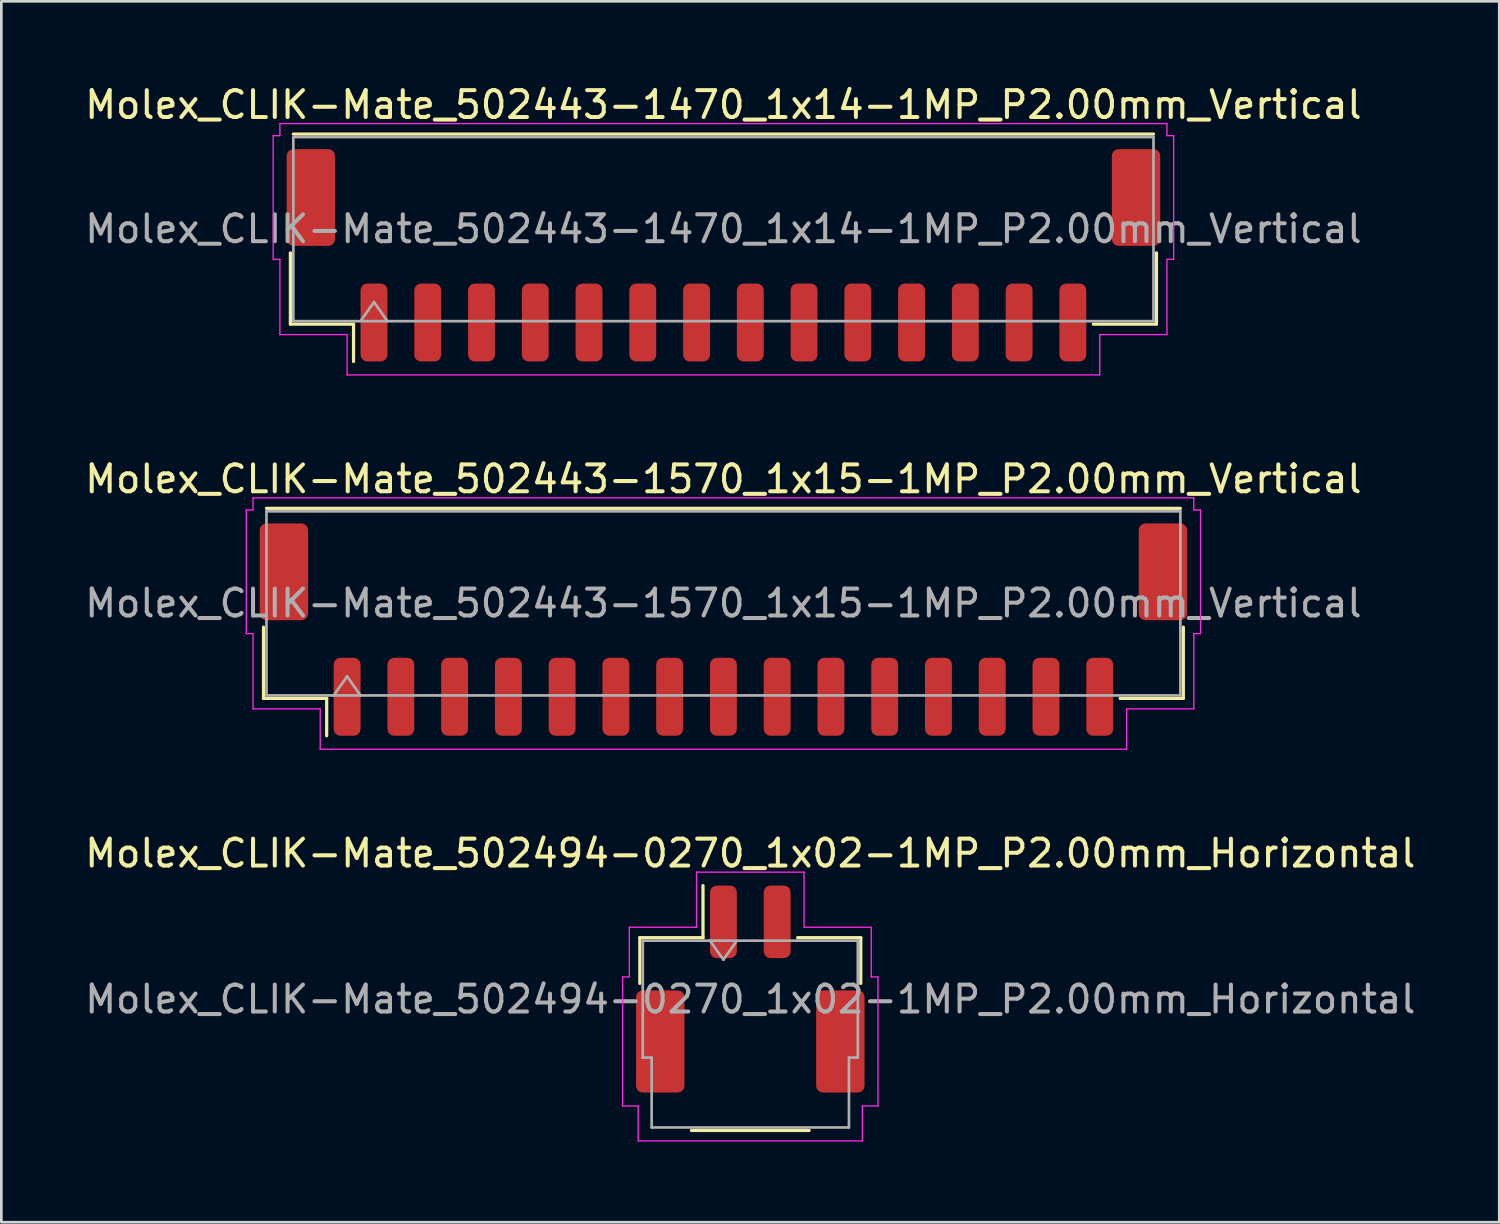
<source format=kicad_pcb>
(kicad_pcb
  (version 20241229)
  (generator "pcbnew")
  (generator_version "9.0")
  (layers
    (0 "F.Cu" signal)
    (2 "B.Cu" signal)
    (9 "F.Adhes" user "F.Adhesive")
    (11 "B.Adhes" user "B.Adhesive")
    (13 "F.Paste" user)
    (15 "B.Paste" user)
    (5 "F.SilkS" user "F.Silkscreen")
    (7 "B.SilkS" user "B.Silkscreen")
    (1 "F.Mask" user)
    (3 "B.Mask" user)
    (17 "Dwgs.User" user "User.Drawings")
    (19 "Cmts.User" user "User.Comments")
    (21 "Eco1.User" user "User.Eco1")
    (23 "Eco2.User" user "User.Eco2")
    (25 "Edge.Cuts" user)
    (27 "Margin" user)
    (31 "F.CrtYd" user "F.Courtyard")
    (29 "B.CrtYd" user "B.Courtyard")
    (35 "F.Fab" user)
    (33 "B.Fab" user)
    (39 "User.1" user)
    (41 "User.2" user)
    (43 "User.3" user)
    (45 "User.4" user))
  (footprint "Molex_CLIK-Mate_502443-1570_1x15-1MP_P2.00mm_Vertical"
    (layer "F.Cu")
    (at 23.863 20.372)
    (property "Reference" "Molex_CLIK-Mate_502443-1570_1x15-1MP_P2.00mm_Vertical" (at 0 -5.6 0) (layer "F.SilkS") (effects (font (size 1 1) (thickness 0.15))))
    (attr smd)
    (fp_line (start -17.11 -0.09) (end -17.11 2.56) (stroke (width 0.12) (type solid)) (layer "F.SilkS"))
    (fp_line (start -17.11 2.56) (end -14.76 2.56) (stroke (width 0.12) (type solid)) (layer "F.SilkS"))
    (fp_line (start -17 -4.51) (end 17 -4.51) (stroke (width 0.12) (type solid)) (layer "F.SilkS"))
    (fp_line (start -14.76 2.56) (end -14.76 3.95) (stroke (width 0.12) (type solid)) (layer "F.SilkS"))
    (fp_line (start 17.11 -0.09) (end 17.11 2.56) (stroke (width 0.12) (type solid)) (layer "F.SilkS"))
    (fp_line (start 17.11 2.56) (end 14.76 2.56) (stroke (width 0.12) (type solid)) (layer "F.SilkS"))
    (fp_line (start -17.75 -4.45) (end -17.5 -4.45) (stroke (width 0.05) (type solid)) (layer "F.CrtYd"))
    (fp_line (start -17.75 0.15) (end -17.75 -4.45) (stroke (width 0.05) (type solid)) (layer "F.CrtYd"))
    (fp_line (start -17.5 -4.9) (end 17.5 -4.9) (stroke (width 0.05) (type solid)) (layer "F.CrtYd"))
    (fp_line (start -17.5 -4.45) (end -17.5 -4.9) (stroke (width 0.05) (type solid)) (layer "F.CrtYd"))
    (fp_line (start -17.5 0.15) (end -17.75 0.15) (stroke (width 0.05) (type solid)) (layer "F.CrtYd"))
    (fp_line (start -17.5 2.95) (end -17.5 0.15) (stroke (width 0.05) (type solid)) (layer "F.CrtYd"))
    (fp_line (start -15 2.95) (end -17.5 2.95) (stroke (width 0.05) (type solid)) (layer "F.CrtYd"))
    (fp_line (start -15 4.45) (end -15 2.95) (stroke (width 0.05) (type solid)) (layer "F.CrtYd"))
    (fp_line (start 15 2.95) (end 15 4.45) (stroke (width 0.05) (type solid)) (layer "F.CrtYd"))
    (fp_line (start 15 4.45) (end -15 4.45) (stroke (width 0.05) (type solid)) (layer "F.CrtYd"))
    (fp_line (start 17.5 -4.9) (end 17.5 -4.45) (stroke (width 0.05) (type solid)) (layer "F.CrtYd"))
    (fp_line (start 17.5 -4.45) (end 17.75 -4.45) (stroke (width 0.05) (type solid)) (layer "F.CrtYd"))
    (fp_line (start 17.5 0.15) (end 17.5 2.95) (stroke (width 0.05) (type solid)) (layer "F.CrtYd"))
    (fp_line (start 17.5 2.95) (end 15 2.95) (stroke (width 0.05) (type solid)) (layer "F.CrtYd"))
    (fp_line (start 17.75 -4.45) (end 17.75 0.15) (stroke (width 0.05) (type solid)) (layer "F.CrtYd"))
    (fp_line (start 17.75 0.15) (end 17.5 0.15) (stroke (width 0.05) (type solid)) (layer "F.CrtYd"))
    (fp_line (start -17 -4.4) (end 17 -4.4) (stroke (width 0.1) (type solid)) (layer "F.Fab"))
    (fp_line (start -17 2.45) (end -17 -4.4) (stroke (width 0.1) (type solid)) (layer "F.Fab"))
    (fp_line (start -17 2.45) (end 17 2.45) (stroke (width 0.1) (type solid)) (layer "F.Fab"))
    (fp_line (start -14.5 2.45) (end -14 1.743) (stroke (width 0.1) (type solid)) (layer "F.Fab"))
    (fp_line (start -14 1.743) (end -13.5 2.45) (stroke (width 0.1) (type solid)) (layer "F.Fab"))
    (fp_line (start 17 2.45) (end 17 -4.4) (stroke (width 0.1) (type solid)) (layer "F.Fab"))
    (fp_text user "${REFERENCE}" (at 0 -0.98 0) (layer "F.Fab") (effects (font (size 1 1) (thickness 0.15))))
    (pad "1" smd roundrect (at -14 2.5) (size 1 2.9) (layers "F.Cu" "F.Mask" "F.Paste") (roundrect_rratio 0.25))
    (pad "2" smd roundrect (at -12 2.5) (size 1 2.9) (layers "F.Cu" "F.Mask" "F.Paste") (roundrect_rratio 0.25))
    (pad "3" smd roundrect (at -10 2.5) (size 1 2.9) (layers "F.Cu" "F.Mask" "F.Paste") (roundrect_rratio 0.25))
    (pad "4" smd roundrect (at -8 2.5) (size 1 2.9) (layers "F.Cu" "F.Mask" "F.Paste") (roundrect_rratio 0.25))
    (pad "5" smd roundrect (at -6 2.5) (size 1 2.9) (layers "F.Cu" "F.Mask" "F.Paste") (roundrect_rratio 0.25))
    (pad "6" smd roundrect (at -4 2.5) (size 1 2.9) (layers "F.Cu" "F.Mask" "F.Paste") (roundrect_rratio 0.25))
    (pad "7" smd roundrect (at -2 2.5) (size 1 2.9) (layers "F.Cu" "F.Mask" "F.Paste") (roundrect_rratio 0.25))
    (pad "8" smd roundrect (at 0 2.5) (size 1 2.9) (layers "F.Cu" "F.Mask" "F.Paste") (roundrect_rratio 0.25))
    (pad "9" smd roundrect (at 2 2.5) (size 1 2.9) (layers "F.Cu" "F.Mask" "F.Paste") (roundrect_rratio 0.25))
    (pad "10" smd roundrect (at 4 2.5) (size 1 2.9) (layers "F.Cu" "F.Mask" "F.Paste") (roundrect_rratio 0.25))
    (pad "11" smd roundrect (at 6 2.5) (size 1 2.9) (layers "F.Cu" "F.Mask" "F.Paste") (roundrect_rratio 0.25))
    (pad "12" smd roundrect (at 8 2.5) (size 1 2.9) (layers "F.Cu" "F.Mask" "F.Paste") (roundrect_rratio 0.25))
    (pad "13" smd roundrect (at 10 2.5) (size 1 2.9) (layers "F.Cu" "F.Mask" "F.Paste") (roundrect_rratio 0.25))
    (pad "14" smd roundrect (at 12 2.5) (size 1 2.9) (layers "F.Cu" "F.Mask" "F.Paste") (roundrect_rratio 0.25))
    (pad "15" smd roundrect (at 14 2.5) (size 1 2.9) (layers "F.Cu" "F.Mask" "F.Paste") (roundrect_rratio 0.25))
    (pad "MP" smd roundrect (at -16.35 -2.15) (size 1.8 3.6) (layers "F.Cu" "F.Mask" "F.Paste") (roundrect_rratio 0.139))
    (pad "MP" smd roundrect (at 16.35 -2.15) (size 1.8 3.6) (layers "F.Cu" "F.Mask" "F.Paste") (roundrect_rratio 0.139)))
  (footprint "Molex_CLIK-Mate_502443-1470_1x14-1MP_P2.00mm_Vertical"
    (layer "F.Cu")
    (at 23.863 6.448)
    (property "Reference" "Molex_CLIK-Mate_502443-1470_1x14-1MP_P2.00mm_Vertical" (at 0 -5.6 0) (layer "F.SilkS") (effects (font (size 1 1) (thickness 0.15))))
    (attr smd)
    (fp_line (start -16.11 -0.09) (end -16.11 2.56) (stroke (width 0.12) (type solid)) (layer "F.SilkS"))
    (fp_line (start -16.11 2.56) (end -13.76 2.56) (stroke (width 0.12) (type solid)) (layer "F.SilkS"))
    (fp_line (start -16 -4.51) (end 16 -4.51) (stroke (width 0.12) (type solid)) (layer "F.SilkS"))
    (fp_line (start -13.76 2.56) (end -13.76 3.95) (stroke (width 0.12) (type solid)) (layer "F.SilkS"))
    (fp_line (start 16.11 -0.09) (end 16.11 2.56) (stroke (width 0.12) (type solid)) (layer "F.SilkS"))
    (fp_line (start 16.11 2.56) (end 13.76 2.56) (stroke (width 0.12) (type solid)) (layer "F.SilkS"))
    (fp_line (start -16.75 -4.45) (end -16.5 -4.45) (stroke (width 0.05) (type solid)) (layer "F.CrtYd"))
    (fp_line (start -16.75 0.15) (end -16.75 -4.45) (stroke (width 0.05) (type solid)) (layer "F.CrtYd"))
    (fp_line (start -16.5 -4.9) (end 16.5 -4.9) (stroke (width 0.05) (type solid)) (layer "F.CrtYd"))
    (fp_line (start -16.5 -4.45) (end -16.5 -4.9) (stroke (width 0.05) (type solid)) (layer "F.CrtYd"))
    (fp_line (start -16.5 0.15) (end -16.75 0.15) (stroke (width 0.05) (type solid)) (layer "F.CrtYd"))
    (fp_line (start -16.5 2.95) (end -16.5 0.15) (stroke (width 0.05) (type solid)) (layer "F.CrtYd"))
    (fp_line (start -14 2.95) (end -16.5 2.95) (stroke (width 0.05) (type solid)) (layer "F.CrtYd"))
    (fp_line (start -14 4.45) (end -14 2.95) (stroke (width 0.05) (type solid)) (layer "F.CrtYd"))
    (fp_line (start 14 2.95) (end 14 4.45) (stroke (width 0.05) (type solid)) (layer "F.CrtYd"))
    (fp_line (start 14 4.45) (end -14 4.45) (stroke (width 0.05) (type solid)) (layer "F.CrtYd"))
    (fp_line (start 16.5 -4.9) (end 16.5 -4.45) (stroke (width 0.05) (type solid)) (layer "F.CrtYd"))
    (fp_line (start 16.5 -4.45) (end 16.75 -4.45) (stroke (width 0.05) (type solid)) (layer "F.CrtYd"))
    (fp_line (start 16.5 0.15) (end 16.5 2.95) (stroke (width 0.05) (type solid)) (layer "F.CrtYd"))
    (fp_line (start 16.5 2.95) (end 14 2.95) (stroke (width 0.05) (type solid)) (layer "F.CrtYd"))
    (fp_line (start 16.75 -4.45) (end 16.75 0.15) (stroke (width 0.05) (type solid)) (layer "F.CrtYd"))
    (fp_line (start 16.75 0.15) (end 16.5 0.15) (stroke (width 0.05) (type solid)) (layer "F.CrtYd"))
    (fp_line (start -16 -4.4) (end 16 -4.4) (stroke (width 0.1) (type solid)) (layer "F.Fab"))
    (fp_line (start -16 2.45) (end -16 -4.4) (stroke (width 0.1) (type solid)) (layer "F.Fab"))
    (fp_line (start -16 2.45) (end 16 2.45) (stroke (width 0.1) (type solid)) (layer "F.Fab"))
    (fp_line (start -13.5 2.45) (end -13 1.743) (stroke (width 0.1) (type solid)) (layer "F.Fab"))
    (fp_line (start -13 1.743) (end -12.5 2.45) (stroke (width 0.1) (type solid)) (layer "F.Fab"))
    (fp_line (start 16 2.45) (end 16 -4.4) (stroke (width 0.1) (type solid)) (layer "F.Fab"))
    (fp_text user "${REFERENCE}" (at 0 -0.98 0) (layer "F.Fab") (effects (font (size 1 1) (thickness 0.15))))
    (pad "1" smd roundrect (at -13 2.5) (size 1 2.9) (layers "F.Cu" "F.Mask" "F.Paste") (roundrect_rratio 0.25))
    (pad "2" smd roundrect (at -11 2.5) (size 1 2.9) (layers "F.Cu" "F.Mask" "F.Paste") (roundrect_rratio 0.25))
    (pad "3" smd roundrect (at -9 2.5) (size 1 2.9) (layers "F.Cu" "F.Mask" "F.Paste") (roundrect_rratio 0.25))
    (pad "4" smd roundrect (at -7 2.5) (size 1 2.9) (layers "F.Cu" "F.Mask" "F.Paste") (roundrect_rratio 0.25))
    (pad "5" smd roundrect (at -5 2.5) (size 1 2.9) (layers "F.Cu" "F.Mask" "F.Paste") (roundrect_rratio 0.25))
    (pad "6" smd roundrect (at -3 2.5) (size 1 2.9) (layers "F.Cu" "F.Mask" "F.Paste") (roundrect_rratio 0.25))
    (pad "7" smd roundrect (at -1 2.5) (size 1 2.9) (layers "F.Cu" "F.Mask" "F.Paste") (roundrect_rratio 0.25))
    (pad "8" smd roundrect (at 1 2.5) (size 1 2.9) (layers "F.Cu" "F.Mask" "F.Paste") (roundrect_rratio 0.25))
    (pad "9" smd roundrect (at 3 2.5) (size 1 2.9) (layers "F.Cu" "F.Mask" "F.Paste") (roundrect_rratio 0.25))
    (pad "10" smd roundrect (at 5 2.5) (size 1 2.9) (layers "F.Cu" "F.Mask" "F.Paste") (roundrect_rratio 0.25))
    (pad "11" smd roundrect (at 7 2.5) (size 1 2.9) (layers "F.Cu" "F.Mask" "F.Paste") (roundrect_rratio 0.25))
    (pad "12" smd roundrect (at 9 2.5) (size 1 2.9) (layers "F.Cu" "F.Mask" "F.Paste") (roundrect_rratio 0.25))
    (pad "13" smd roundrect (at 11 2.5) (size 1 2.9) (layers "F.Cu" "F.Mask" "F.Paste") (roundrect_rratio 0.25))
    (pad "14" smd roundrect (at 13 2.5) (size 1 2.9) (layers "F.Cu" "F.Mask" "F.Paste") (roundrect_rratio 0.25))
    (pad "MP" smd roundrect (at -15.35 -2.15) (size 1.8 3.6) (layers "F.Cu" "F.Mask" "F.Paste") (roundrect_rratio 0.139))
    (pad "MP" smd roundrect (at 15.35 -2.15) (size 1.8 3.6) (layers "F.Cu" "F.Mask" "F.Paste") (roundrect_rratio 0.139)))
  (footprint "Molex_CLIK-Mate_502494-0270_1x02-1MP_P2.00mm_Horizontal"
    (layer "F.Cu")
    (at 24.863 33.745)
    (property "Reference" "Molex_CLIK-Mate_502494-0270_1x02-1MP_P2.00mm_Horizontal" (at 0 -5.05 0) (layer "F.SilkS") (effects (font (size 1 1) (thickness 0.15))))
    (attr smd)
    (fp_line (start -4.11 -1.91) (end -1.76 -1.91) (stroke (width 0.12) (type solid)) (layer "F.SilkS"))
    (fp_line (start -4.11 -0.21) (end -4.11 -1.91) (stroke (width 0.12) (type solid)) (layer "F.SilkS"))
    (fp_line (start -2.19 5.26) (end 2.19 5.26) (stroke (width 0.12) (type solid)) (layer "F.SilkS"))
    (fp_line (start -1.76 -1.91) (end -1.76 -3.85) (stroke (width 0.12) (type solid)) (layer "F.SilkS"))
    (fp_line (start 4.11 -1.91) (end 1.76 -1.91) (stroke (width 0.12) (type solid)) (layer "F.SilkS"))
    (fp_line (start 4.11 -0.21) (end 4.11 -1.91) (stroke (width 0.12) (type solid)) (layer "F.SilkS"))
    (fp_line (start -4.75 -0.45) (end -4.5 -0.45) (stroke (width 0.05) (type solid)) (layer "F.CrtYd"))
    (fp_line (start -4.75 4.35) (end -4.75 -0.45) (stroke (width 0.05) (type solid)) (layer "F.CrtYd"))
    (fp_line (start -4.5 -2.3) (end -2 -2.3) (stroke (width 0.05) (type solid)) (layer "F.CrtYd"))
    (fp_line (start -4.5 -0.45) (end -4.5 -2.3) (stroke (width 0.05) (type solid)) (layer "F.CrtYd"))
    (fp_line (start -4.17 4.35) (end -4.75 4.35) (stroke (width 0.05) (type solid)) (layer "F.CrtYd"))
    (fp_line (start -4.17 5.65) (end -4.17 4.35) (stroke (width 0.05) (type solid)) (layer "F.CrtYd"))
    (fp_line (start -2 -4.35) (end 2 -4.35) (stroke (width 0.05) (type solid)) (layer "F.CrtYd"))
    (fp_line (start -2 -2.3) (end -2 -4.35) (stroke (width 0.05) (type solid)) (layer "F.CrtYd"))
    (fp_line (start 2 -4.35) (end 2 -2.3) (stroke (width 0.05) (type solid)) (layer "F.CrtYd"))
    (fp_line (start 2 -2.3) (end 4.5 -2.3) (stroke (width 0.05) (type solid)) (layer "F.CrtYd"))
    (fp_line (start 4.17 4.35) (end 4.17 5.65) (stroke (width 0.05) (type solid)) (layer "F.CrtYd"))
    (fp_line (start 4.17 5.65) (end -4.17 5.65) (stroke (width 0.05) (type solid)) (layer "F.CrtYd"))
    (fp_line (start 4.5 -2.3) (end 4.5 -0.45) (stroke (width 0.05) (type solid)) (layer "F.CrtYd"))
    (fp_line (start 4.5 -0.45) (end 4.75 -0.45) (stroke (width 0.05) (type solid)) (layer "F.CrtYd"))
    (fp_line (start 4.75 -0.45) (end 4.75 4.35) (stroke (width 0.05) (type solid)) (layer "F.CrtYd"))
    (fp_line (start 4.75 4.35) (end 4.17 4.35) (stroke (width 0.05) (type solid)) (layer "F.CrtYd"))
    (fp_line (start -4 -1.8) (end -4 2.55) (stroke (width 0.1) (type solid)) (layer "F.Fab"))
    (fp_line (start -4 -1.8) (end 4 -1.8) (stroke (width 0.1) (type solid)) (layer "F.Fab"))
    (fp_line (start -4 2.55) (end -3.67 2.55) (stroke (width 0.1) (type solid)) (layer "F.Fab"))
    (fp_line (start -3.67 2.55) (end -3.67 5.15) (stroke (width 0.1) (type solid)) (layer "F.Fab"))
    (fp_line (start -3.67 5.15) (end 3.67 5.15) (stroke (width 0.1) (type solid)) (layer "F.Fab"))
    (fp_line (start -1.5 -1.8) (end -1 -1.093) (stroke (width 0.1) (type solid)) (layer "F.Fab"))
    (fp_line (start -1 -1.093) (end -0.5 -1.8) (stroke (width 0.1) (type solid)) (layer "F.Fab"))
    (fp_line (start 3.67 2.55) (end 4 2.55) (stroke (width 0.1) (type solid)) (layer "F.Fab"))
    (fp_line (start 3.67 5.15) (end 3.67 2.55) (stroke (width 0.1) (type solid)) (layer "F.Fab"))
    (fp_line (start 4 -1.8) (end 4 2.55) (stroke (width 0.1) (type solid)) (layer "F.Fab"))
    (fp_text user "${REFERENCE}" (at 0 0.38 0) (layer "F.Fab") (effects (font (size 1 1) (thickness 0.15))))
    (pad "1" smd roundrect (at -1 -2.5) (size 1 2.7) (layers "F.Cu" "F.Mask" "F.Paste") (roundrect_rratio 0.25))
    (pad "2" smd roundrect (at 1 -2.5) (size 1 2.7) (layers "F.Cu" "F.Mask" "F.Paste") (roundrect_rratio 0.25))
    (pad "MP" smd roundrect (at -3.35 1.95) (size 1.8 3.8) (layers "F.Cu" "F.Mask" "F.Paste") (roundrect_rratio 0.139))
    (pad "MP" smd roundrect (at 3.35 1.95) (size 1.8 3.8) (layers "F.Cu" "F.Mask" "F.Paste") (roundrect_rratio 0.139)))
  (gr_rect
    (start -3 -3)
    (end 52.726 42.42)
    (stroke (width 0.1) (type default))
    (fill no)
    (layer "Edge.Cuts")))
</source>
